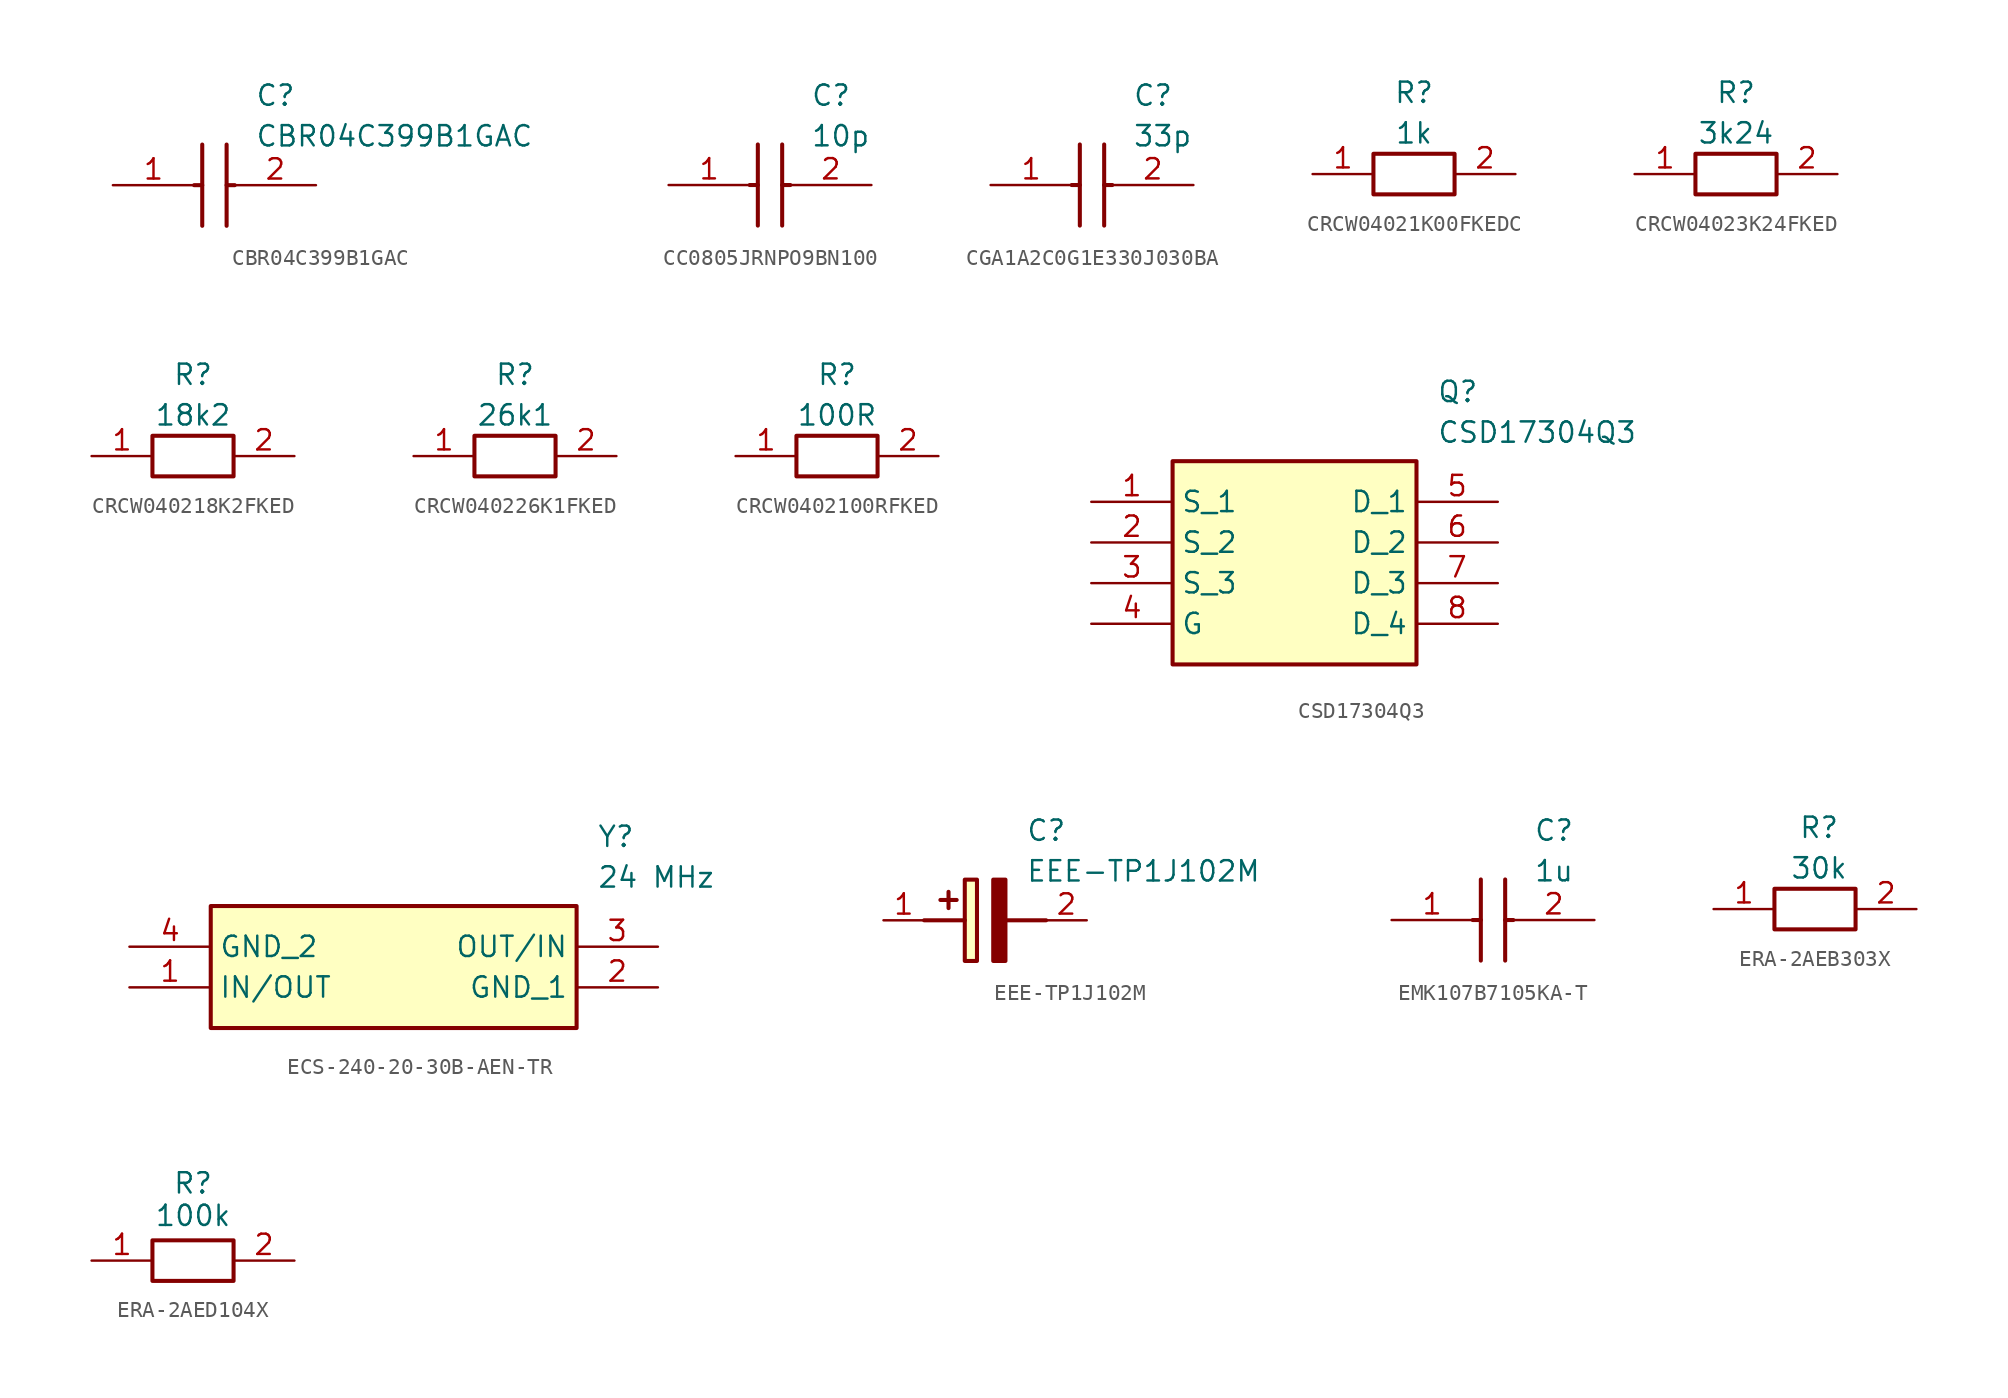
<source format=kicad_sym>
(kicad_symbol_lib
  (version 20231120)
  (generator "kicad_symbol_editor")
  (generator_version "8.0")
  (symbol "CBR04C399B1GAC"
    (pin_names hide)
    (property "Reference" "C"
      (at 8.89 6.35 0)
      (effects (font (size 1.27 1.27)) (justify left top)))
    (property "Value" "CBR04C399B1GAC"
      (at 8.89 3.81 0)
      (effects (font (size 1.27 1.27)) (justify left top)))
    (symbol "CBR04C399B1GAC_1_1"
      (polyline (pts (xy 5.08 0) (xy 5.588 0)) (stroke (width 0.254) (type default)) (fill (type none)))
      (polyline (pts (xy 5.588 2.54) (xy 5.588 -2.54)) (stroke (width 0.254) (type default)) (fill (type none)))
      (polyline (pts (xy 7.112 0) (xy 7.62 0)) (stroke (width 0.254) (type default)) (fill (type none)))
      (polyline (pts (xy 7.112 2.54) (xy 7.112 -2.54)) (stroke (width 0.254) (type default)) (fill (type none)))
      (pin passive line (at 0 0 0) (length 5.08) (name "1" (effects (font (size 1.27 1.27)))) (number "1" (effects (font (size 1.27 1.27)))))
      (pin passive line (at 12.7 0 180) (length 5.08) (name "2" (effects (font (size 1.27 1.27)))) (number "2" (effects (font (size 1.27 1.27)))))))
  (symbol "CC0805JRNPO9BN100"
    (pin_names hide)
    (property "Reference" "C"
      (at 8.89 6.35 0)
      (effects (font (size 1.27 1.27)) (justify left top)))
    (property "Value" "10p"
      (at 8.89 3.81 0)
      (effects (font (size 1.27 1.27)) (justify left top)))
    (symbol "CC0805JRNPO9BN100_1_1"
      (polyline (pts (xy 5.08 0) (xy 5.588 0)) (stroke (width 0.254) (type default)) (fill (type none)))
      (polyline (pts (xy 5.588 2.54) (xy 5.588 -2.54)) (stroke (width 0.254) (type default)) (fill (type none)))
      (polyline (pts (xy 7.112 0) (xy 7.62 0)) (stroke (width 0.254) (type default)) (fill (type none)))
      (polyline (pts (xy 7.112 2.54) (xy 7.112 -2.54)) (stroke (width 0.254) (type default)) (fill (type none)))
      (pin passive line (at 0 0 0) (length 5.08) (name "1" (effects (font (size 1.27 1.27)))) (number "1" (effects (font (size 1.27 1.27)))))
      (pin passive line (at 12.7 0 180) (length 5.08) (name "2" (effects (font (size 1.27 1.27)))) (number "2" (effects (font (size 1.27 1.27)))))))
  (symbol "CGA1A2C0G1E330J030BA"
    (pin_names hide)
    (property "Reference" "C"
      (at 8.89 6.35 0)
      (effects (font (size 1.27 1.27)) (justify left top)))
    (property "Value" "33p"
      (at 8.89 3.81 0)
      (effects (font (size 1.27 1.27)) (justify left top)))
    (symbol "CGA1A2C0G1E330J030BA_1_1"
      (polyline (pts (xy 5.08 0) (xy 5.588 0)) (stroke (width 0.254) (type default)) (fill (type none)))
      (polyline (pts (xy 5.588 2.54) (xy 5.588 -2.54)) (stroke (width 0.254) (type default)) (fill (type none)))
      (polyline (pts (xy 7.112 0) (xy 7.62 0)) (stroke (width 0.254) (type default)) (fill (type none)))
      (polyline (pts (xy 7.112 2.54) (xy 7.112 -2.54)) (stroke (width 0.254) (type default)) (fill (type none)))
      (pin passive line (at 0 0 0) (length 5.08) (name "1" (effects (font (size 1.27 1.27)))) (number "1" (effects (font (size 1.27 1.27)))))
      (pin passive line (at 12.7 0 180) (length 5.08) (name "2" (effects (font (size 1.27 1.27)))) (number "2" (effects (font (size 1.27 1.27)))))))
  (symbol "CRCW04021K00FKEDC"
    (pin_names hide)
    (property "Reference" "R"
      (at 6.35 5.842 0)
      (effects (font (size 1.27 1.27)) (justify top)))
    (property "Value" "1k"
      (at 6.35 3.302 0)
      (effects (font (size 1.27 1.27)) (justify top)))
    (symbol "CRCW04021K00FKEDC_1_1"
      (rectangle (start 3.81 1.27) (end 8.89 -1.27) (stroke (width 0.254) (type default)) (fill (type none)))
      (pin passive line (at 0 0 0) (length 3.81) (name "1" (effects (font (size 1.27 1.27)))) (number "1" (effects (font (size 1.27 1.27)))))
      (pin passive line (at 12.7 0 180) (length 3.81) (name "2" (effects (font (size 1.27 1.27)))) (number "2" (effects (font (size 1.27 1.27)))))))
  (symbol "CRCW04023K24FKED"
    (pin_names hide)
    (property "Reference" "R"
      (at 6.35 5.842 0)
      (effects (font (size 1.27 1.27)) (justify top)))
    (property "Value" "3k24"
      (at 6.35 3.302 0)
      (effects (font (size 1.27 1.27)) (justify top)))
    (symbol "CRCW04023K24FKED_1_1"
      (rectangle (start 3.81 1.27) (end 8.89 -1.27) (stroke (width 0.254) (type default)) (fill (type none)))
      (pin passive line (at 0 0 0) (length 3.81) (name "1" (effects (font (size 1.27 1.27)))) (number "1" (effects (font (size 1.27 1.27)))))
      (pin passive line (at 12.7 0 180) (length 3.81) (name "2" (effects (font (size 1.27 1.27)))) (number "2" (effects (font (size 1.27 1.27)))))))
  (symbol "CRCW040218K2FKED"
    (pin_names hide)
    (property "Reference" "R"
      (at 6.35 5.842 0)
      (effects (font (size 1.27 1.27)) (justify top)))
    (property "Value" "18k2"
      (at 6.35 3.302 0)
      (effects (font (size 1.27 1.27)) (justify top)))
    (symbol "CRCW040218K2FKED_1_1"
      (rectangle (start 3.81 1.27) (end 8.89 -1.27) (stroke (width 0.254) (type default)) (fill (type none)))
      (pin passive line (at 0 0 0) (length 3.81) (name "1" (effects (font (size 1.27 1.27)))) (number "1" (effects (font (size 1.27 1.27)))))
      (pin passive line (at 12.7 0 180) (length 3.81) (name "2" (effects (font (size 1.27 1.27)))) (number "2" (effects (font (size 1.27 1.27)))))))
  (symbol "CRCW040226K1FKED"
    (pin_names hide)
    (property "Reference" "R"
      (at 6.35 5.842 0)
      (effects (font (size 1.27 1.27)) (justify top)))
    (property "Value" "26k1"
      (at 6.35 3.302 0)
      (effects (font (size 1.27 1.27)) (justify top)))
    (symbol "CRCW040226K1FKED_1_1"
      (rectangle (start 3.81 1.27) (end 8.89 -1.27) (stroke (width 0.254) (type default)) (fill (type none)))
      (pin passive line (at 0 0 0) (length 3.81) (name "1" (effects (font (size 1.27 1.27)))) (number "1" (effects (font (size 1.27 1.27)))))
      (pin passive line (at 12.7 0 180) (length 3.81) (name "2" (effects (font (size 1.27 1.27)))) (number "2" (effects (font (size 1.27 1.27)))))))
  (symbol "CRCW0402100RFKED"
    (pin_names hide)
    (property "Reference" "R"
      (at 6.35 5.842 0)
      (effects (font (size 1.27 1.27)) (justify top)))
    (property "Value" "100R"
      (at 6.35 3.302 0)
      (effects (font (size 1.27 1.27)) (justify top)))
    (symbol "CRCW0402100RFKED_1_1"
      (rectangle (start 3.81 1.27) (end 8.89 -1.27) (stroke (width 0.254) (type default)) (fill (type none)))
      (pin passive line (at 0 0 0) (length 3.81) (name "1" (effects (font (size 1.27 1.27)))) (number "1" (effects (font (size 1.27 1.27)))))
      (pin passive line (at 12.7 0 180) (length 3.81) (name "2" (effects (font (size 1.27 1.27)))) (number "2" (effects (font (size 1.27 1.27)))))))
  (symbol "CSD17304Q3"
    (property "Reference" "Q"
      (at 21.59 7.62 0)
      (effects (font (size 1.27 1.27)) (justify left top)))
    (property "Value" "CSD17304Q3"
      (at 21.59 5.08 0)
      (effects (font (size 1.27 1.27)) (justify left top)))
    (symbol "CSD17304Q3_1_1"
      (rectangle (start 5.08 2.54) (end 20.32 -10.16) (stroke (width 0.254) (type default)) (fill (type background)))
      (pin input line (at 0 0 0) (length 5.08) (name "S_1" (effects (font (size 1.27 1.27)))) (number "1" (effects (font (size 1.27 1.27)))))
      (pin input line (at 0 -2.54 0) (length 5.08) (name "S_2" (effects (font (size 1.27 1.27)))) (number "2" (effects (font (size 1.27 1.27)))))
      (pin input line (at 0 -5.08 0) (length 5.08) (name "S_3" (effects (font (size 1.27 1.27)))) (number "3" (effects (font (size 1.27 1.27)))))
      (pin input line (at 0 -7.62 0) (length 5.08) (name "G" (effects (font (size 1.27 1.27)))) (number "4" (effects (font (size 1.27 1.27)))))
      (pin passive line (at 25.4 0 180) (length 5.08) (name "D_1" (effects (font (size 1.27 1.27)))) (number "5" (effects (font (size 1.27 1.27)))))
      (pin passive line (at 25.4 -2.54 180) (length 5.08) (name "D_2" (effects (font (size 1.27 1.27)))) (number "6" (effects (font (size 1.27 1.27)))))
      (pin passive line (at 25.4 -5.08 180) (length 5.08) (name "D_3" (effects (font (size 1.27 1.27)))) (number "7" (effects (font (size 1.27 1.27)))))
      (pin passive line (at 25.4 -7.62 180) (length 5.08) (name "D_4" (effects (font (size 1.27 1.27)))) (number "8" (effects (font (size 1.27 1.27)))))
      (pin input line (at 25.4 -7.62 180) (length 5.08) hide (name "" (effects (font (size 1.27 1.27)))) (number "9" (effects (font (size 1.27 1.27)))))))
  (symbol "ECS-240-20-30B-AEN-TR"
    (property "Reference" "Y"
      (at 29.21 7.62 0)
      (effects (font (size 1.27 1.27)) (justify left top)))
    (property "Value" "24 MHz"
      (at 29.21 5.08 0)
      (effects (font (size 1.27 1.27)) (justify left top)))
    (symbol "ECS-240-20-30B-AEN-TR_1_1"
      (rectangle (start 5.08 2.54) (end 27.94 -5.08) (stroke (width 0.254) (type default)) (fill (type background)))
      (pin passive line (at 0 -2.54 0) (length 5.08) (name "IN/OUT" (effects (font (size 1.27 1.27)))) (number "1" (effects (font (size 1.27 1.27)))))
      (pin passive line (at 33.02 -2.54 180) (length 5.08) (name "GND_1" (effects (font (size 1.27 1.27)))) (number "2" (effects (font (size 1.27 1.27)))))
      (pin passive line (at 33.02 0 180) (length 5.08) (name "OUT/IN" (effects (font (size 1.27 1.27)))) (number "3" (effects (font (size 1.27 1.27)))))
      (pin passive line (at 0 0 0) (length 5.08) (name "GND_2" (effects (font (size 1.27 1.27)))) (number "4" (effects (font (size 1.27 1.27)))))))
  (symbol "EEE-TP1J102M"
    (pin_names hide)
    (property "Reference" "C"
      (at 8.89 6.35 0)
      (effects (font (size 1.27 1.27)) (justify left top)))
    (property "Value" "EEE-TP1J102M"
      (at 8.89 3.81 0)
      (effects (font (size 1.27 1.27)) (justify left top)))
    (symbol "EEE-TP1J102M_1_1"
      (polyline (pts (xy 2.54 0) (xy 5.08 0)) (stroke (width 0.254) (type default)) (fill (type none)))
      (polyline (pts (xy 4.064 1.778) (xy 4.064 0.762)) (stroke (width 0.254) (type default)) (fill (type none)))
      (polyline (pts (xy 4.572 1.27) (xy 3.556 1.27)) (stroke (width 0.254) (type default)) (fill (type none)))
      (polyline (pts (xy 7.62 0) (xy 10.16 0)) (stroke (width 0.254) (type default)) (fill (type none)))
      (polyline (pts (xy 7.62 2.54) (xy 7.62 -2.54) (xy 6.858 -2.54) (xy 6.858 2.54) (xy 7.62 2.54)) (stroke (width 0.254) (type default)) (fill (type outline)))
      (rectangle (start 5.08 2.54) (end 5.842 -2.54) (stroke (width 0.254) (type default)) (fill (type background)))
      (pin passive line (at 0 0 0) (length 2.54) (name "+" (effects (font (size 1.27 1.27)))) (number "1" (effects (font (size 1.27 1.27)))))
      (pin passive line (at 12.7 0 180) (length 2.54) (name "-" (effects (font (size 1.27 1.27)))) (number "2" (effects (font (size 1.27 1.27)))))))
  (symbol "EMK107B7105KA-T"
    (pin_names hide)
    (property "Reference" "C"
      (at 8.89 6.35 0)
      (effects (font (size 1.27 1.27)) (justify left top)))
    (property "Value" "1u"
      (at 8.89 3.81 0)
      (effects (font (size 1.27 1.27)) (justify left top)))
    (symbol "EMK107B7105KA-T_1_1"
      (polyline (pts (xy 5.08 0) (xy 5.588 0)) (stroke (width 0.254) (type default)) (fill (type none)))
      (polyline (pts (xy 5.588 2.54) (xy 5.588 -2.54)) (stroke (width 0.254) (type default)) (fill (type none)))
      (polyline (pts (xy 7.112 0) (xy 7.62 0)) (stroke (width 0.254) (type default)) (fill (type none)))
      (polyline (pts (xy 7.112 2.54) (xy 7.112 -2.54)) (stroke (width 0.254) (type default)) (fill (type none)))
      (pin passive line (at 0 0 0) (length 5.08) (name "1" (effects (font (size 1.27 1.27)))) (number "1" (effects (font (size 1.27 1.27)))))
      (pin passive line (at 12.7 0 180) (length 5.08) (name "2" (effects (font (size 1.27 1.27)))) (number "2" (effects (font (size 1.27 1.27)))))))
  (symbol "ERA-2AEB303X"
    (pin_names hide)
    (property "Reference" "R"
      (at 6.604 5.842 0)
      (effects (font (size 1.27 1.27)) (justify top)))
    (property "Value" "30k"
      (at 6.604 3.302 0)
      (effects (font (size 1.27 1.27)) (justify top)))
    (symbol "ERA-2AEB303X_1_1"
      (rectangle (start 3.81 1.27) (end 8.89 -1.27) (stroke (width 0.254) (type default)) (fill (type none)))
      (pin passive line (at 0 0 0) (length 3.81) (name "1" (effects (font (size 1.27 1.27)))) (number "1" (effects (font (size 1.27 1.27)))))
      (pin passive line (at 12.7 0 180) (length 3.81) (name "2" (effects (font (size 1.27 1.27)))) (number "2" (effects (font (size 1.27 1.27)))))))
  (symbol "ERA-2AED104X"
    (pin_names hide)
    (property "Reference" "R"
      (at 6.35 5.588 0)
      (effects (font (size 1.27 1.27)) (justify top)))
    (property "Value" "100k"
      (at 6.35 3.556 0)
      (effects (font (size 1.27 1.27)) (justify top)))
    (symbol "ERA-2AED104X_1_1"
      (rectangle (start 3.81 1.27) (end 8.89 -1.27) (stroke (width 0.254) (type default)) (fill (type none)))
      (pin passive line (at 0 0 0) (length 3.81) (name "1" (effects (font (size 1.27 1.27)))) (number "1" (effects (font (size 1.27 1.27)))))
      (pin passive line (at 12.7 0 180) (length 3.81) (name "2" (effects (font (size 1.27 1.27)))) (number "2" (effects (font (size 1.27 1.27))))))))
</source>
